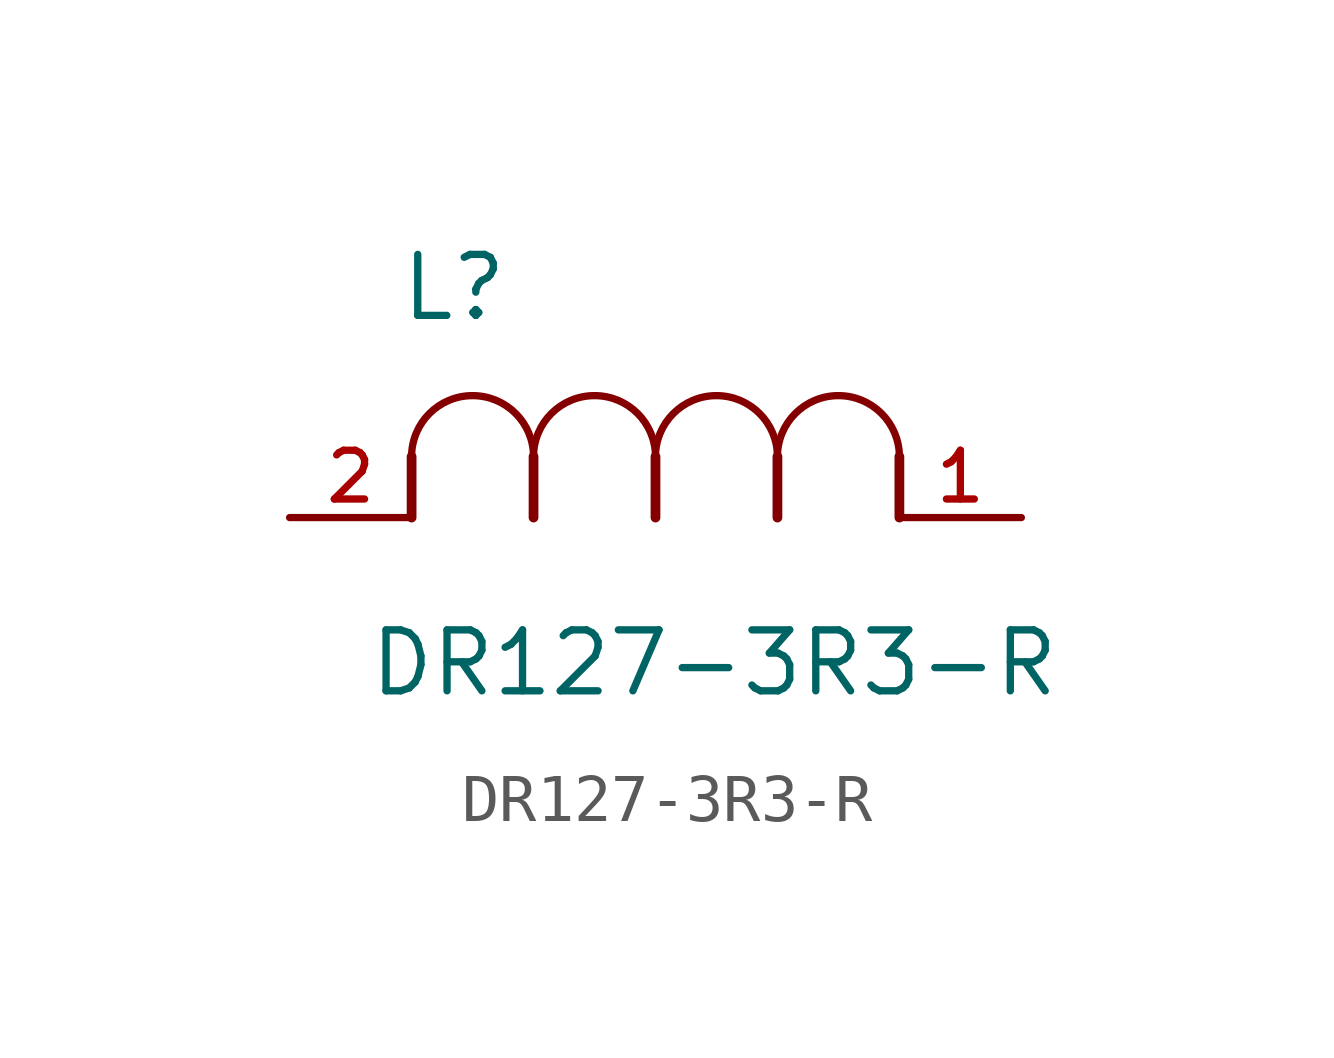
<source format=kicad_sym>
(kicad_symbol_lib
  (version 20211014)
  (generator kicad_symbol_editor)
  (symbol "DR127-3R3-R"
    (pin_names
      (offset 1.016))
    (property "Reference" "L"
      (at 2.266 4.048 0.0)
      (effects (font (size 1.27 1.27)) (justify bottom left)))
    (property "Value" "DR127-3R3-R"
      (at 1.606 -3.772 0.0)
      (effects (font (size 1.27 1.27)) (justify bottom left)))
    (symbol "DR127-3R3-R_0_0"
      (polyline (pts (xy 5.08 0.0) (xy 5.08 1.27)) (stroke (width 0.203)))
      (polyline (pts (xy 7.62 0.0) (xy 7.62 1.27)) (stroke (width 0.203)))
      (polyline (pts (xy 12.7 0.0) (xy 12.7 1.27)) (stroke (width 0.203)))
      (polyline (pts (xy 2.54 0.0) (xy 2.54 1.27)) (stroke (width 0.203)))
      (polyline (pts (xy 10.16 0.0) (xy 10.16 1.27)) (stroke (width 0.203)))
      (arc (start 7.62 1.27) (mid 6.35 2.54) (end 5.08 1.27) (stroke (width 0.0) (type default) (color 0 0 0 0)) (fill (type none)))
      (arc (start 5.08 1.27) (mid 3.81 2.54) (end 2.54 1.27) (stroke (width 0.0) (type default) (color 0 0 0 0)) (fill (type none)))
      (arc (start 10.16 1.27) (mid 8.89 2.54) (end 7.62 1.27) (stroke (width 0.0) (type default) (color 0 0 0 0)) (fill (type none)))
      (arc (start 12.7 1.27) (mid 11.43 2.54) (end 10.16 1.27) (stroke (width 0.0) (type default) (color 0 0 0 0)) (fill (type none)))
      (pin passive line (at 15.24 0.0 180.0) (length 2.54) (name "~" (effects (font (size 1.016 1.016)))) (number "1" (effects (font (size 1.016 1.016)))))
      (pin passive line (at 0.0 0.0 0) (length 2.54) (name "~" (effects (font (size 1.016 1.016)))) (number "2" (effects (font (size 1.016 1.016))))))))
</source>
